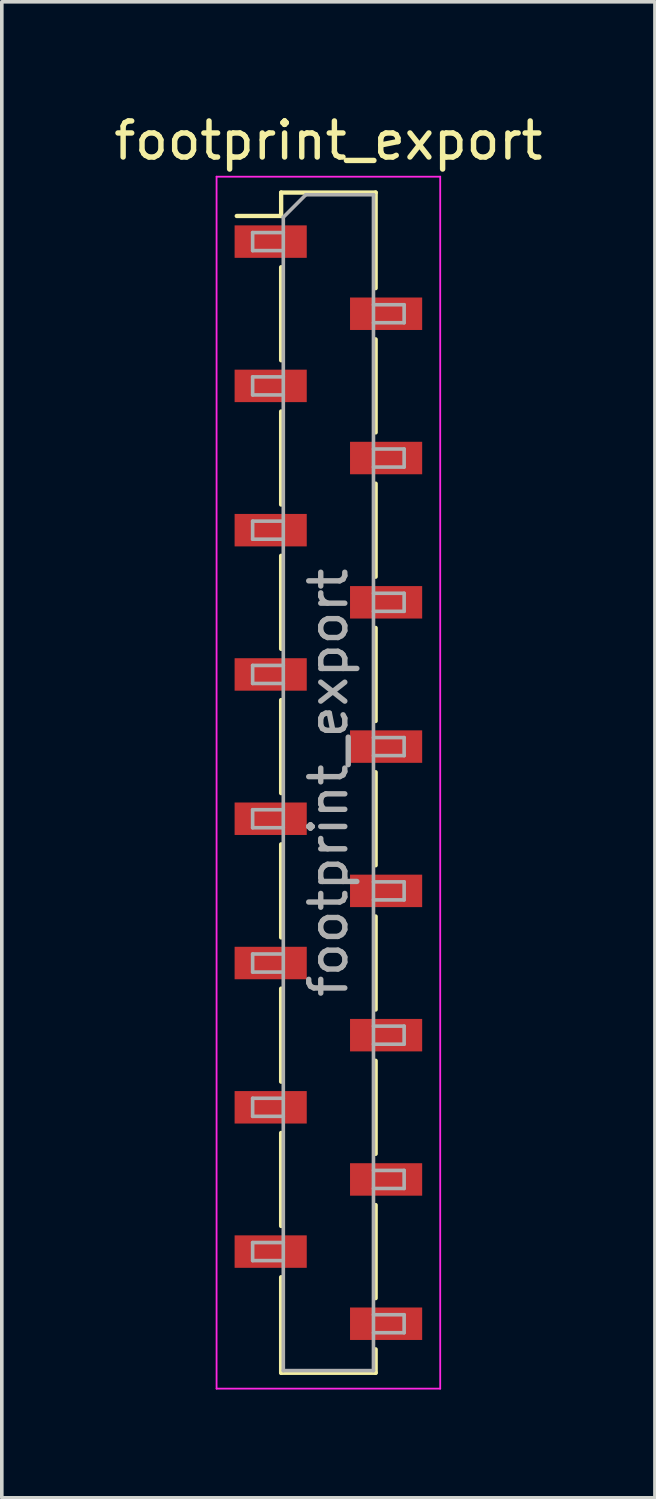
<source format=kicad_pcb>
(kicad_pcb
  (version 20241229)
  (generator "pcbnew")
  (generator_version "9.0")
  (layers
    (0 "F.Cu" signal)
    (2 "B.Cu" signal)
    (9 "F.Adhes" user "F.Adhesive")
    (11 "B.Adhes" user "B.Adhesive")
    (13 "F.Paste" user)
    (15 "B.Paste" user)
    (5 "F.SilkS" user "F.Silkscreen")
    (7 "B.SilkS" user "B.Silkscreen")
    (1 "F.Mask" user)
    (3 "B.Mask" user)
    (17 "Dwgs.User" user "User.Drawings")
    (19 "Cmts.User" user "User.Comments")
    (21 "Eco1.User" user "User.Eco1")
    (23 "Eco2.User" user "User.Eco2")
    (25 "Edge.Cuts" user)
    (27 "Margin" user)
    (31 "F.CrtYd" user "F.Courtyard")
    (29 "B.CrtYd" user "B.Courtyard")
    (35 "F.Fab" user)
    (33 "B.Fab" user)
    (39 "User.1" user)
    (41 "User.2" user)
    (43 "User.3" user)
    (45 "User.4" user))
  (footprint "footprint_export"
    (layer "F.Cu")
    (at 6.054 18.648)
    (property "Reference" "footprint_export" (at 0 -17.8 0) (layer "F.SilkS") (effects (font (size 1 1) (thickness 0.15))))
    (attr smd)
    (fp_line (start -2.54 -15.71) (end -1.31 -15.71) (stroke (width 0.12) (type solid)) (layer "F.SilkS"))
    (fp_line (start -1.31 -16.36) (end -1.31 -15.71) (stroke (width 0.12) (type solid)) (layer "F.SilkS"))
    (fp_line (start -1.31 -16.36) (end 1.31 -16.36) (stroke (width 0.12) (type solid)) (layer "F.SilkS"))
    (fp_line (start -1.31 -14.29) (end -1.31 -11.71) (stroke (width 0.12) (type solid)) (layer "F.SilkS"))
    (fp_line (start -1.31 -10.29) (end -1.31 -7.71) (stroke (width 0.12) (type solid)) (layer "F.SilkS"))
    (fp_line (start -1.31 -6.29) (end -1.31 -3.71) (stroke (width 0.12) (type solid)) (layer "F.SilkS"))
    (fp_line (start -1.31 -2.29) (end -1.31 0.29) (stroke (width 0.12) (type solid)) (layer "F.SilkS"))
    (fp_line (start -1.31 1.71) (end -1.31 4.29) (stroke (width 0.12) (type solid)) (layer "F.SilkS"))
    (fp_line (start -1.31 5.71) (end -1.31 8.29) (stroke (width 0.12) (type solid)) (layer "F.SilkS"))
    (fp_line (start -1.31 9.71) (end -1.31 12.29) (stroke (width 0.12) (type solid)) (layer "F.SilkS"))
    (fp_line (start -1.31 13.71) (end -1.31 16.36) (stroke (width 0.12) (type solid)) (layer "F.SilkS"))
    (fp_line (start -1.31 16.36) (end 1.31 16.36) (stroke (width 0.12) (type solid)) (layer "F.SilkS"))
    (fp_line (start 1.31 -16.36) (end 1.31 -13.71) (stroke (width 0.12) (type solid)) (layer "F.SilkS"))
    (fp_line (start 1.31 -12.29) (end 1.31 -9.71) (stroke (width 0.12) (type solid)) (layer "F.SilkS"))
    (fp_line (start 1.31 -8.29) (end 1.31 -5.71) (stroke (width 0.12) (type solid)) (layer "F.SilkS"))
    (fp_line (start 1.31 -4.29) (end 1.31 -1.71) (stroke (width 0.12) (type solid)) (layer "F.SilkS"))
    (fp_line (start 1.31 -0.29) (end 1.31 2.29) (stroke (width 0.12) (type solid)) (layer "F.SilkS"))
    (fp_line (start 1.31 3.71) (end 1.31 6.29) (stroke (width 0.12) (type solid)) (layer "F.SilkS"))
    (fp_line (start 1.31 7.71) (end 1.31 10.29) (stroke (width 0.12) (type solid)) (layer "F.SilkS"))
    (fp_line (start 1.31 11.71) (end 1.31 14.29) (stroke (width 0.12) (type solid)) (layer "F.SilkS"))
    (fp_line (start 1.31 15.71) (end 1.31 16.36) (stroke (width 0.12) (type solid)) (layer "F.SilkS"))
    (fp_line (start -3.1 -16.8) (end 3.1 -16.8) (stroke (width 0.05) (type solid)) (layer "F.CrtYd"))
    (fp_line (start -3.1 16.8) (end -3.1 -16.8) (stroke (width 0.05) (type solid)) (layer "F.CrtYd"))
    (fp_line (start 3.1 -16.8) (end 3.1 16.8) (stroke (width 0.05) (type solid)) (layer "F.CrtYd"))
    (fp_line (start 3.1 16.8) (end -3.1 16.8) (stroke (width 0.05) (type solid)) (layer "F.CrtYd"))
    (fp_line (start -2.1 -15.25) (end -1.25 -15.25) (stroke (width 0.1) (type solid)) (layer "F.Fab"))
    (fp_line (start -2.1 -14.75) (end -2.1 -15.25) (stroke (width 0.1) (type solid)) (layer "F.Fab"))
    (fp_line (start -2.1 -11.25) (end -1.25 -11.25) (stroke (width 0.1) (type solid)) (layer "F.Fab"))
    (fp_line (start -2.1 -10.75) (end -2.1 -11.25) (stroke (width 0.1) (type solid)) (layer "F.Fab"))
    (fp_line (start -2.1 -7.25) (end -1.25 -7.25) (stroke (width 0.1) (type solid)) (layer "F.Fab"))
    (fp_line (start -2.1 -6.75) (end -2.1 -7.25) (stroke (width 0.1) (type solid)) (layer "F.Fab"))
    (fp_line (start -2.1 -3.25) (end -1.25 -3.25) (stroke (width 0.1) (type solid)) (layer "F.Fab"))
    (fp_line (start -2.1 -2.75) (end -2.1 -3.25) (stroke (width 0.1) (type solid)) (layer "F.Fab"))
    (fp_line (start -2.1 0.75) (end -1.25 0.75) (stroke (width 0.1) (type solid)) (layer "F.Fab"))
    (fp_line (start -2.1 1.25) (end -2.1 0.75) (stroke (width 0.1) (type solid)) (layer "F.Fab"))
    (fp_line (start -2.1 4.75) (end -1.25 4.75) (stroke (width 0.1) (type solid)) (layer "F.Fab"))
    (fp_line (start -2.1 5.25) (end -2.1 4.75) (stroke (width 0.1) (type solid)) (layer "F.Fab"))
    (fp_line (start -2.1 8.75) (end -1.25 8.75) (stroke (width 0.1) (type solid)) (layer "F.Fab"))
    (fp_line (start -2.1 9.25) (end -2.1 8.75) (stroke (width 0.1) (type solid)) (layer "F.Fab"))
    (fp_line (start -2.1 12.75) (end -1.25 12.75) (stroke (width 0.1) (type solid)) (layer "F.Fab"))
    (fp_line (start -2.1 13.25) (end -2.1 12.75) (stroke (width 0.1) (type solid)) (layer "F.Fab"))
    (fp_line (start -1.25 -15.675) (end -0.625 -16.3) (stroke (width 0.1) (type solid)) (layer "F.Fab"))
    (fp_line (start -1.25 -14.75) (end -2.1 -14.75) (stroke (width 0.1) (type solid)) (layer "F.Fab"))
    (fp_line (start -1.25 -10.75) (end -2.1 -10.75) (stroke (width 0.1) (type solid)) (layer "F.Fab"))
    (fp_line (start -1.25 -6.75) (end -2.1 -6.75) (stroke (width 0.1) (type solid)) (layer "F.Fab"))
    (fp_line (start -1.25 -2.75) (end -2.1 -2.75) (stroke (width 0.1) (type solid)) (layer "F.Fab"))
    (fp_line (start -1.25 1.25) (end -2.1 1.25) (stroke (width 0.1) (type solid)) (layer "F.Fab"))
    (fp_line (start -1.25 5.25) (end -2.1 5.25) (stroke (width 0.1) (type solid)) (layer "F.Fab"))
    (fp_line (start -1.25 9.25) (end -2.1 9.25) (stroke (width 0.1) (type solid)) (layer "F.Fab"))
    (fp_line (start -1.25 13.25) (end -2.1 13.25) (stroke (width 0.1) (type solid)) (layer "F.Fab"))
    (fp_line (start -1.25 16.3) (end -1.25 -15.675) (stroke (width 0.1) (type solid)) (layer "F.Fab"))
    (fp_line (start -0.625 -16.3) (end 1.25 -16.3) (stroke (width 0.1) (type solid)) (layer "F.Fab"))
    (fp_line (start 1.25 -16.3) (end 1.25 16.3) (stroke (width 0.1) (type solid)) (layer "F.Fab"))
    (fp_line (start 1.25 -13.25) (end 2.1 -13.25) (stroke (width 0.1) (type solid)) (layer "F.Fab"))
    (fp_line (start 1.25 -9.25) (end 2.1 -9.25) (stroke (width 0.1) (type solid)) (layer "F.Fab"))
    (fp_line (start 1.25 -5.25) (end 2.1 -5.25) (stroke (width 0.1) (type solid)) (layer "F.Fab"))
    (fp_line (start 1.25 -1.25) (end 2.1 -1.25) (stroke (width 0.1) (type solid)) (layer "F.Fab"))
    (fp_line (start 1.25 2.75) (end 2.1 2.75) (stroke (width 0.1) (type solid)) (layer "F.Fab"))
    (fp_line (start 1.25 6.75) (end 2.1 6.75) (stroke (width 0.1) (type solid)) (layer "F.Fab"))
    (fp_line (start 1.25 10.75) (end 2.1 10.75) (stroke (width 0.1) (type solid)) (layer "F.Fab"))
    (fp_line (start 1.25 14.75) (end 2.1 14.75) (stroke (width 0.1) (type solid)) (layer "F.Fab"))
    (fp_line (start 1.25 16.3) (end -1.25 16.3) (stroke (width 0.1) (type solid)) (layer "F.Fab"))
    (fp_line (start 2.1 -13.25) (end 2.1 -12.75) (stroke (width 0.1) (type solid)) (layer "F.Fab"))
    (fp_line (start 2.1 -12.75) (end 1.25 -12.75) (stroke (width 0.1) (type solid)) (layer "F.Fab"))
    (fp_line (start 2.1 -9.25) (end 2.1 -8.75) (stroke (width 0.1) (type solid)) (layer "F.Fab"))
    (fp_line (start 2.1 -8.75) (end 1.25 -8.75) (stroke (width 0.1) (type solid)) (layer "F.Fab"))
    (fp_line (start 2.1 -5.25) (end 2.1 -4.75) (stroke (width 0.1) (type solid)) (layer "F.Fab"))
    (fp_line (start 2.1 -4.75) (end 1.25 -4.75) (stroke (width 0.1) (type solid)) (layer "F.Fab"))
    (fp_line (start 2.1 -1.25) (end 2.1 -0.75) (stroke (width 0.1) (type solid)) (layer "F.Fab"))
    (fp_line (start 2.1 -0.75) (end 1.25 -0.75) (stroke (width 0.1) (type solid)) (layer "F.Fab"))
    (fp_line (start 2.1 2.75) (end 2.1 3.25) (stroke (width 0.1) (type solid)) (layer "F.Fab"))
    (fp_line (start 2.1 3.25) (end 1.25 3.25) (stroke (width 0.1) (type solid)) (layer "F.Fab"))
    (fp_line (start 2.1 6.75) (end 2.1 7.25) (stroke (width 0.1) (type solid)) (layer "F.Fab"))
    (fp_line (start 2.1 7.25) (end 1.25 7.25) (stroke (width 0.1) (type solid)) (layer "F.Fab"))
    (fp_line (start 2.1 10.75) (end 2.1 11.25) (stroke (width 0.1) (type solid)) (layer "F.Fab"))
    (fp_line (start 2.1 11.25) (end 1.25 11.25) (stroke (width 0.1) (type solid)) (layer "F.Fab"))
    (fp_line (start 2.1 14.75) (end 2.1 15.25) (stroke (width 0.1) (type solid)) (layer "F.Fab"))
    (fp_line (start 2.1 15.25) (end 1.25 15.25) (stroke (width 0.1) (type solid)) (layer "F.Fab"))
    (fp_text user "${REFERENCE}" (at 0 0 90) (layer "F.Fab") (effects (font (size 1 1) (thickness 0.15))))
    (pad "1" smd rect (at -1.6 -15) (size 2 0.9) (layers "F.Cu" "F.Mask" "F.Paste"))
    (pad "2" smd rect (at 1.6 -13) (size 2 0.9) (layers "F.Cu" "F.Mask" "F.Paste"))
    (pad "3" smd rect (at -1.6 -11) (size 2 0.9) (layers "F.Cu" "F.Mask" "F.Paste"))
    (pad "4" smd rect (at 1.6 -9) (size 2 0.9) (layers "F.Cu" "F.Mask" "F.Paste"))
    (pad "5" smd rect (at -1.6 -7) (size 2 0.9) (layers "F.Cu" "F.Mask" "F.Paste"))
    (pad "6" smd rect (at 1.6 -5) (size 2 0.9) (layers "F.Cu" "F.Mask" "F.Paste"))
    (pad "7" smd rect (at -1.6 -3) (size 2 0.9) (layers "F.Cu" "F.Mask" "F.Paste"))
    (pad "8" smd rect (at 1.6 -1) (size 2 0.9) (layers "F.Cu" "F.Mask" "F.Paste"))
    (pad "9" smd rect (at -1.6 1) (size 2 0.9) (layers "F.Cu" "F.Mask" "F.Paste"))
    (pad "10" smd rect (at 1.6 3) (size 2 0.9) (layers "F.Cu" "F.Mask" "F.Paste"))
    (pad "11" smd rect (at -1.6 5) (size 2 0.9) (layers "F.Cu" "F.Mask" "F.Paste"))
    (pad "12" smd rect (at 1.6 7) (size 2 0.9) (layers "F.Cu" "F.Mask" "F.Paste"))
    (pad "13" smd rect (at -1.6 9) (size 2 0.9) (layers "F.Cu" "F.Mask" "F.Paste"))
    (pad "14" smd rect (at 1.6 11) (size 2 0.9) (layers "F.Cu" "F.Mask" "F.Paste"))
    (pad "15" smd rect (at -1.6 13) (size 2 0.9) (layers "F.Cu" "F.Mask" "F.Paste"))
    (pad "16" smd rect (at 1.6 15) (size 2 0.9) (layers "F.Cu" "F.Mask" "F.Paste")))
  (gr_rect
    (start -3 -3)
    (end 15.107 38.473)
    (stroke (width 0.1) (type default))
    (fill no)
    (layer "Edge.Cuts")))
</source>
